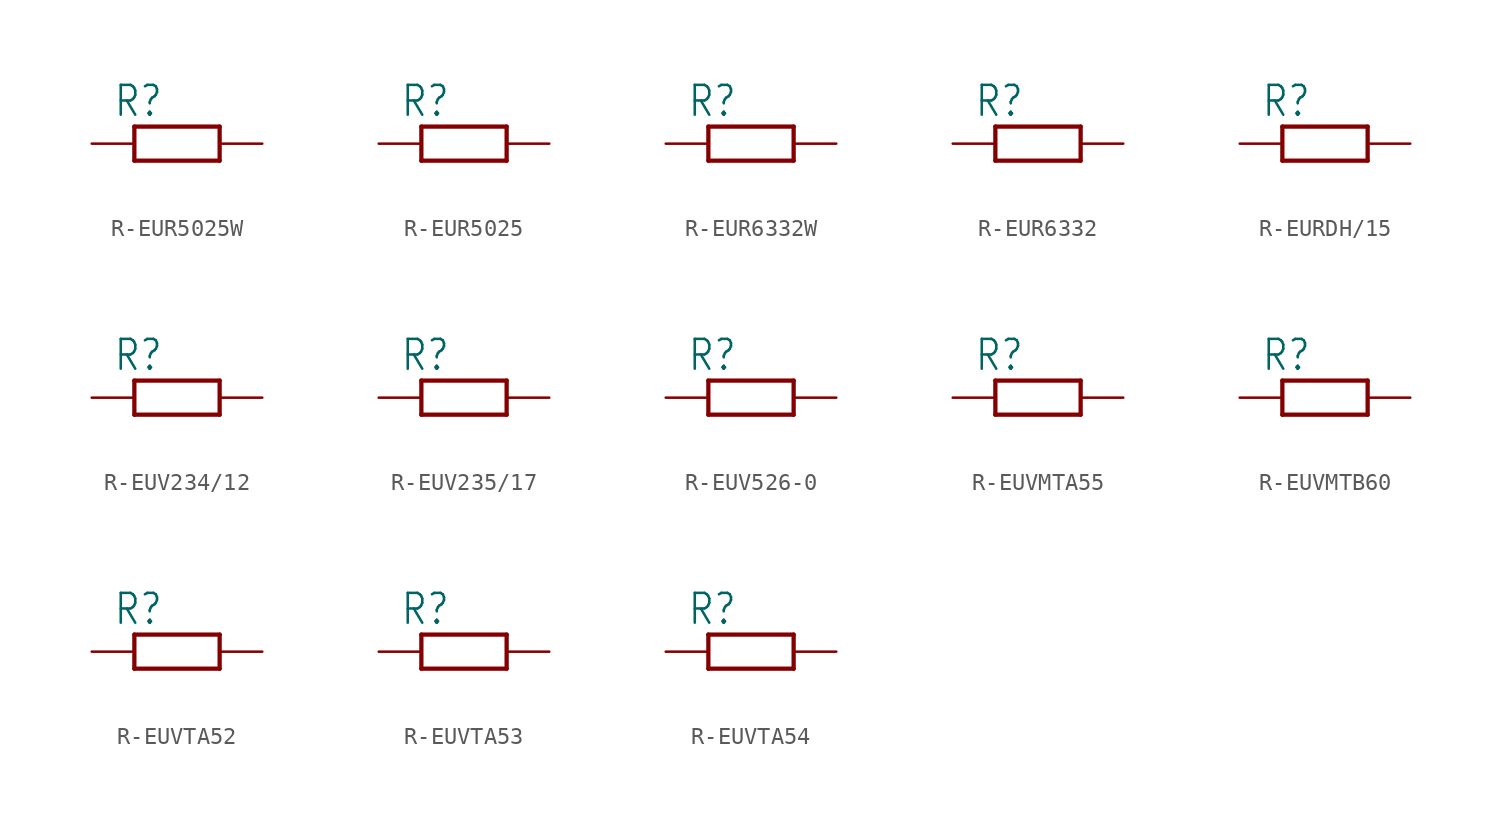
<source format=kicad_sym>
(kicad_symbol_lib
  (version 20220914)
  (generator kicad_symbol_editor)
  (symbol "R-EUR5025W"
    (property "Reference" "R"
      (at -3.81 1.499 0)
      (effects (font (size 1.778 1.511)) (justify left bottom)))
    (property "Value" ""
      (at -3.81 -3.302 0)
      (effects (font (size 1.778 1.511)) (justify left bottom)))
    (property "ki_locked" ""
      (at 0 0 0)
      (effects (font (size 1.27 1.27))))
    (symbol "R-EUR5025W_1_0"
      (polyline (pts (xy -2.54 -1.016) (xy -2.54 1.016)) (stroke (width 0.254) (type solid)) (fill (type none)))
      (polyline (pts (xy -2.54 1.016) (xy 2.54 1.016)) (stroke (width 0.254) (type solid)) (fill (type none)))
      (polyline (pts (xy 2.54 -1.016) (xy -2.54 -1.016)) (stroke (width 0.254) (type solid)) (fill (type none)))
      (polyline (pts (xy 2.54 1.016) (xy 2.54 -1.016)) (stroke (width 0.254) (type solid)) (fill (type none)))
      (pin passive line (at -5.08 0 0) (length 2.54) (name "1" (effects (font (size 0 0)))) (number "1" (effects (font (size 0 0)))))
      (pin passive line (at 5.08 0 180) (length 2.54) (name "2" (effects (font (size 0 0)))) (number "2" (effects (font (size 0 0)))))))
  (symbol "R-EUR5025"
    (property "Reference" "R"
      (at -3.81 1.499 0)
      (effects (font (size 1.778 1.511)) (justify left bottom)))
    (property "Value" ""
      (at -3.81 -3.302 0)
      (effects (font (size 1.778 1.511)) (justify left bottom)))
    (property "ki_locked" ""
      (at 0 0 0)
      (effects (font (size 1.27 1.27))))
    (symbol "R-EUR5025_1_0"
      (polyline (pts (xy -2.54 -1.016) (xy -2.54 1.016)) (stroke (width 0.254) (type solid)) (fill (type none)))
      (polyline (pts (xy -2.54 1.016) (xy 2.54 1.016)) (stroke (width 0.254) (type solid)) (fill (type none)))
      (polyline (pts (xy 2.54 -1.016) (xy -2.54 -1.016)) (stroke (width 0.254) (type solid)) (fill (type none)))
      (polyline (pts (xy 2.54 1.016) (xy 2.54 -1.016)) (stroke (width 0.254) (type solid)) (fill (type none)))
      (pin passive line (at -5.08 0 0) (length 2.54) (name "1" (effects (font (size 0 0)))) (number "1" (effects (font (size 0 0)))))
      (pin passive line (at 5.08 0 180) (length 2.54) (name "2" (effects (font (size 0 0)))) (number "2" (effects (font (size 0 0)))))))
  (symbol "R-EUR6332W"
    (property "Reference" "R"
      (at -3.81 1.499 0)
      (effects (font (size 1.778 1.511)) (justify left bottom)))
    (property "Value" ""
      (at -3.81 -3.302 0)
      (effects (font (size 1.778 1.511)) (justify left bottom)))
    (property "ki_locked" ""
      (at 0 0 0)
      (effects (font (size 1.27 1.27))))
    (symbol "R-EUR6332W_1_0"
      (polyline (pts (xy -2.54 -1.016) (xy -2.54 1.016)) (stroke (width 0.254) (type solid)) (fill (type none)))
      (polyline (pts (xy -2.54 1.016) (xy 2.54 1.016)) (stroke (width 0.254) (type solid)) (fill (type none)))
      (polyline (pts (xy 2.54 -1.016) (xy -2.54 -1.016)) (stroke (width 0.254) (type solid)) (fill (type none)))
      (polyline (pts (xy 2.54 1.016) (xy 2.54 -1.016)) (stroke (width 0.254) (type solid)) (fill (type none)))
      (pin passive line (at -5.08 0 0) (length 2.54) (name "1" (effects (font (size 0 0)))) (number "1" (effects (font (size 0 0)))))
      (pin passive line (at 5.08 0 180) (length 2.54) (name "2" (effects (font (size 0 0)))) (number "2" (effects (font (size 0 0)))))))
  (symbol "R-EUR6332"
    (property "Reference" "R"
      (at -3.81 1.499 0)
      (effects (font (size 1.778 1.511)) (justify left bottom)))
    (property "Value" ""
      (at -3.81 -3.302 0)
      (effects (font (size 1.778 1.511)) (justify left bottom)))
    (property "ki_locked" ""
      (at 0 0 0)
      (effects (font (size 1.27 1.27))))
    (symbol "R-EUR6332_1_0"
      (polyline (pts (xy -2.54 -1.016) (xy -2.54 1.016)) (stroke (width 0.254) (type solid)) (fill (type none)))
      (polyline (pts (xy -2.54 1.016) (xy 2.54 1.016)) (stroke (width 0.254) (type solid)) (fill (type none)))
      (polyline (pts (xy 2.54 -1.016) (xy -2.54 -1.016)) (stroke (width 0.254) (type solid)) (fill (type none)))
      (polyline (pts (xy 2.54 1.016) (xy 2.54 -1.016)) (stroke (width 0.254) (type solid)) (fill (type none)))
      (pin passive line (at -5.08 0 0) (length 2.54) (name "1" (effects (font (size 0 0)))) (number "1" (effects (font (size 0 0)))))
      (pin passive line (at 5.08 0 180) (length 2.54) (name "2" (effects (font (size 0 0)))) (number "2" (effects (font (size 0 0)))))))
  (symbol "R-EURDH/15"
    (property "Reference" "R"
      (at -3.81 1.499 0)
      (effects (font (size 1.778 1.511)) (justify left bottom)))
    (property "Value" ""
      (at -3.81 -3.302 0)
      (effects (font (size 1.778 1.511)) (justify left bottom)))
    (property "ki_locked" ""
      (at 0 0 0)
      (effects (font (size 1.27 1.27))))
    (symbol "R-EURDH/15_1_0"
      (polyline (pts (xy -2.54 -1.016) (xy -2.54 1.016)) (stroke (width 0.254) (type solid)) (fill (type none)))
      (polyline (pts (xy -2.54 1.016) (xy 2.54 1.016)) (stroke (width 0.254) (type solid)) (fill (type none)))
      (polyline (pts (xy 2.54 -1.016) (xy -2.54 -1.016)) (stroke (width 0.254) (type solid)) (fill (type none)))
      (polyline (pts (xy 2.54 1.016) (xy 2.54 -1.016)) (stroke (width 0.254) (type solid)) (fill (type none)))
      (pin passive line (at -5.08 0 0) (length 2.54) (name "1" (effects (font (size 0 0)))) (number "1" (effects (font (size 0 0)))))
      (pin passive line (at 5.08 0 180) (length 2.54) (name "2" (effects (font (size 0 0)))) (number "2" (effects (font (size 0 0)))))))
  (symbol "R-EUV234/12"
    (property "Reference" "R"
      (at -3.81 1.499 0)
      (effects (font (size 1.778 1.511)) (justify left bottom)))
    (property "Value" ""
      (at -3.81 -3.302 0)
      (effects (font (size 1.778 1.511)) (justify left bottom)))
    (property "ki_locked" ""
      (at 0 0 0)
      (effects (font (size 1.27 1.27))))
    (symbol "R-EUV234/12_1_0"
      (polyline (pts (xy -2.54 -1.016) (xy -2.54 1.016)) (stroke (width 0.254) (type solid)) (fill (type none)))
      (polyline (pts (xy -2.54 1.016) (xy 2.54 1.016)) (stroke (width 0.254) (type solid)) (fill (type none)))
      (polyline (pts (xy 2.54 -1.016) (xy -2.54 -1.016)) (stroke (width 0.254) (type solid)) (fill (type none)))
      (polyline (pts (xy 2.54 1.016) (xy 2.54 -1.016)) (stroke (width 0.254) (type solid)) (fill (type none)))
      (pin passive line (at -5.08 0 0) (length 2.54) (name "1" (effects (font (size 0 0)))) (number "1" (effects (font (size 0 0)))))
      (pin passive line (at 5.08 0 180) (length 2.54) (name "2" (effects (font (size 0 0)))) (number "2" (effects (font (size 0 0)))))))
  (symbol "R-EUV235/17"
    (property "Reference" "R"
      (at -3.81 1.499 0)
      (effects (font (size 1.778 1.511)) (justify left bottom)))
    (property "Value" ""
      (at -3.81 -3.302 0)
      (effects (font (size 1.778 1.511)) (justify left bottom)))
    (property "ki_locked" ""
      (at 0 0 0)
      (effects (font (size 1.27 1.27))))
    (symbol "R-EUV235/17_1_0"
      (polyline (pts (xy -2.54 -1.016) (xy -2.54 1.016)) (stroke (width 0.254) (type solid)) (fill (type none)))
      (polyline (pts (xy -2.54 1.016) (xy 2.54 1.016)) (stroke (width 0.254) (type solid)) (fill (type none)))
      (polyline (pts (xy 2.54 -1.016) (xy -2.54 -1.016)) (stroke (width 0.254) (type solid)) (fill (type none)))
      (polyline (pts (xy 2.54 1.016) (xy 2.54 -1.016)) (stroke (width 0.254) (type solid)) (fill (type none)))
      (pin passive line (at -5.08 0 0) (length 2.54) (name "1" (effects (font (size 0 0)))) (number "1" (effects (font (size 0 0)))))
      (pin passive line (at 5.08 0 180) (length 2.54) (name "2" (effects (font (size 0 0)))) (number "2" (effects (font (size 0 0)))))))
  (symbol "R-EUV526-0"
    (property "Reference" "R"
      (at -3.81 1.499 0)
      (effects (font (size 1.778 1.511)) (justify left bottom)))
    (property "Value" ""
      (at -3.81 -3.302 0)
      (effects (font (size 1.778 1.511)) (justify left bottom)))
    (property "ki_locked" ""
      (at 0 0 0)
      (effects (font (size 1.27 1.27))))
    (symbol "R-EUV526-0_1_0"
      (polyline (pts (xy -2.54 -1.016) (xy -2.54 1.016)) (stroke (width 0.254) (type solid)) (fill (type none)))
      (polyline (pts (xy -2.54 1.016) (xy 2.54 1.016)) (stroke (width 0.254) (type solid)) (fill (type none)))
      (polyline (pts (xy 2.54 -1.016) (xy -2.54 -1.016)) (stroke (width 0.254) (type solid)) (fill (type none)))
      (polyline (pts (xy 2.54 1.016) (xy 2.54 -1.016)) (stroke (width 0.254) (type solid)) (fill (type none)))
      (pin passive line (at -5.08 0 0) (length 2.54) (name "1" (effects (font (size 0 0)))) (number "1" (effects (font (size 0 0)))))
      (pin passive line (at 5.08 0 180) (length 2.54) (name "2" (effects (font (size 0 0)))) (number "2" (effects (font (size 0 0)))))))
  (symbol "R-EUVMTA55"
    (property "Reference" "R"
      (at -3.81 1.499 0)
      (effects (font (size 1.778 1.511)) (justify left bottom)))
    (property "Value" ""
      (at -3.81 -3.302 0)
      (effects (font (size 1.778 1.511)) (justify left bottom)))
    (property "ki_locked" ""
      (at 0 0 0)
      (effects (font (size 1.27 1.27))))
    (symbol "R-EUVMTA55_1_0"
      (polyline (pts (xy -2.54 -1.016) (xy -2.54 1.016)) (stroke (width 0.254) (type solid)) (fill (type none)))
      (polyline (pts (xy -2.54 1.016) (xy 2.54 1.016)) (stroke (width 0.254) (type solid)) (fill (type none)))
      (polyline (pts (xy 2.54 -1.016) (xy -2.54 -1.016)) (stroke (width 0.254) (type solid)) (fill (type none)))
      (polyline (pts (xy 2.54 1.016) (xy 2.54 -1.016)) (stroke (width 0.254) (type solid)) (fill (type none)))
      (pin passive line (at -5.08 0 0) (length 2.54) (name "1" (effects (font (size 0 0)))) (number "1" (effects (font (size 0 0)))))
      (pin passive line (at 5.08 0 180) (length 2.54) (name "2" (effects (font (size 0 0)))) (number "2" (effects (font (size 0 0)))))))
  (symbol "R-EUVMTB60"
    (property "Reference" "R"
      (at -3.81 1.499 0)
      (effects (font (size 1.778 1.511)) (justify left bottom)))
    (property "Value" ""
      (at -3.81 -3.302 0)
      (effects (font (size 1.778 1.511)) (justify left bottom)))
    (property "ki_locked" ""
      (at 0 0 0)
      (effects (font (size 1.27 1.27))))
    (symbol "R-EUVMTB60_1_0"
      (polyline (pts (xy -2.54 -1.016) (xy -2.54 1.016)) (stroke (width 0.254) (type solid)) (fill (type none)))
      (polyline (pts (xy -2.54 1.016) (xy 2.54 1.016)) (stroke (width 0.254) (type solid)) (fill (type none)))
      (polyline (pts (xy 2.54 -1.016) (xy -2.54 -1.016)) (stroke (width 0.254) (type solid)) (fill (type none)))
      (polyline (pts (xy 2.54 1.016) (xy 2.54 -1.016)) (stroke (width 0.254) (type solid)) (fill (type none)))
      (pin passive line (at -5.08 0 0) (length 2.54) (name "1" (effects (font (size 0 0)))) (number "1" (effects (font (size 0 0)))))
      (pin passive line (at 5.08 0 180) (length 2.54) (name "2" (effects (font (size 0 0)))) (number "2" (effects (font (size 0 0)))))))
  (symbol "R-EUVTA52"
    (property "Reference" "R"
      (at -3.81 1.499 0)
      (effects (font (size 1.778 1.511)) (justify left bottom)))
    (property "Value" ""
      (at -3.81 -3.302 0)
      (effects (font (size 1.778 1.511)) (justify left bottom)))
    (property "ki_locked" ""
      (at 0 0 0)
      (effects (font (size 1.27 1.27))))
    (symbol "R-EUVTA52_1_0"
      (polyline (pts (xy -2.54 -1.016) (xy -2.54 1.016)) (stroke (width 0.254) (type solid)) (fill (type none)))
      (polyline (pts (xy -2.54 1.016) (xy 2.54 1.016)) (stroke (width 0.254) (type solid)) (fill (type none)))
      (polyline (pts (xy 2.54 -1.016) (xy -2.54 -1.016)) (stroke (width 0.254) (type solid)) (fill (type none)))
      (polyline (pts (xy 2.54 1.016) (xy 2.54 -1.016)) (stroke (width 0.254) (type solid)) (fill (type none)))
      (pin passive line (at -5.08 0 0) (length 2.54) (name "1" (effects (font (size 0 0)))) (number "1" (effects (font (size 0 0)))))
      (pin passive line (at 5.08 0 180) (length 2.54) (name "2" (effects (font (size 0 0)))) (number "2" (effects (font (size 0 0)))))))
  (symbol "R-EUVTA53"
    (property "Reference" "R"
      (at -3.81 1.499 0)
      (effects (font (size 1.778 1.511)) (justify left bottom)))
    (property "Value" ""
      (at -3.81 -3.302 0)
      (effects (font (size 1.778 1.511)) (justify left bottom)))
    (property "ki_locked" ""
      (at 0 0 0)
      (effects (font (size 1.27 1.27))))
    (symbol "R-EUVTA53_1_0"
      (polyline (pts (xy -2.54 -1.016) (xy -2.54 1.016)) (stroke (width 0.254) (type solid)) (fill (type none)))
      (polyline (pts (xy -2.54 1.016) (xy 2.54 1.016)) (stroke (width 0.254) (type solid)) (fill (type none)))
      (polyline (pts (xy 2.54 -1.016) (xy -2.54 -1.016)) (stroke (width 0.254) (type solid)) (fill (type none)))
      (polyline (pts (xy 2.54 1.016) (xy 2.54 -1.016)) (stroke (width 0.254) (type solid)) (fill (type none)))
      (pin passive line (at -5.08 0 0) (length 2.54) (name "1" (effects (font (size 0 0)))) (number "1" (effects (font (size 0 0)))))
      (pin passive line (at 5.08 0 180) (length 2.54) (name "2" (effects (font (size 0 0)))) (number "2" (effects (font (size 0 0)))))))
  (symbol "R-EUVTA54"
    (property "Reference" "R"
      (at -3.81 1.499 0)
      (effects (font (size 1.778 1.511)) (justify left bottom)))
    (property "Value" ""
      (at -3.81 -3.302 0)
      (effects (font (size 1.778 1.511)) (justify left bottom)))
    (property "ki_locked" ""
      (at 0 0 0)
      (effects (font (size 1.27 1.27))))
    (symbol "R-EUVTA54_1_0"
      (polyline (pts (xy -2.54 -1.016) (xy -2.54 1.016)) (stroke (width 0.254) (type solid)) (fill (type none)))
      (polyline (pts (xy -2.54 1.016) (xy 2.54 1.016)) (stroke (width 0.254) (type solid)) (fill (type none)))
      (polyline (pts (xy 2.54 -1.016) (xy -2.54 -1.016)) (stroke (width 0.254) (type solid)) (fill (type none)))
      (polyline (pts (xy 2.54 1.016) (xy 2.54 -1.016)) (stroke (width 0.254) (type solid)) (fill (type none)))
      (pin passive line (at -5.08 0 0) (length 2.54) (name "1" (effects (font (size 0 0)))) (number "1" (effects (font (size 0 0)))))
      (pin passive line (at 5.08 0 180) (length 2.54) (name "2" (effects (font (size 0 0)))) (number "2" (effects (font (size 0 0))))))))
</source>
